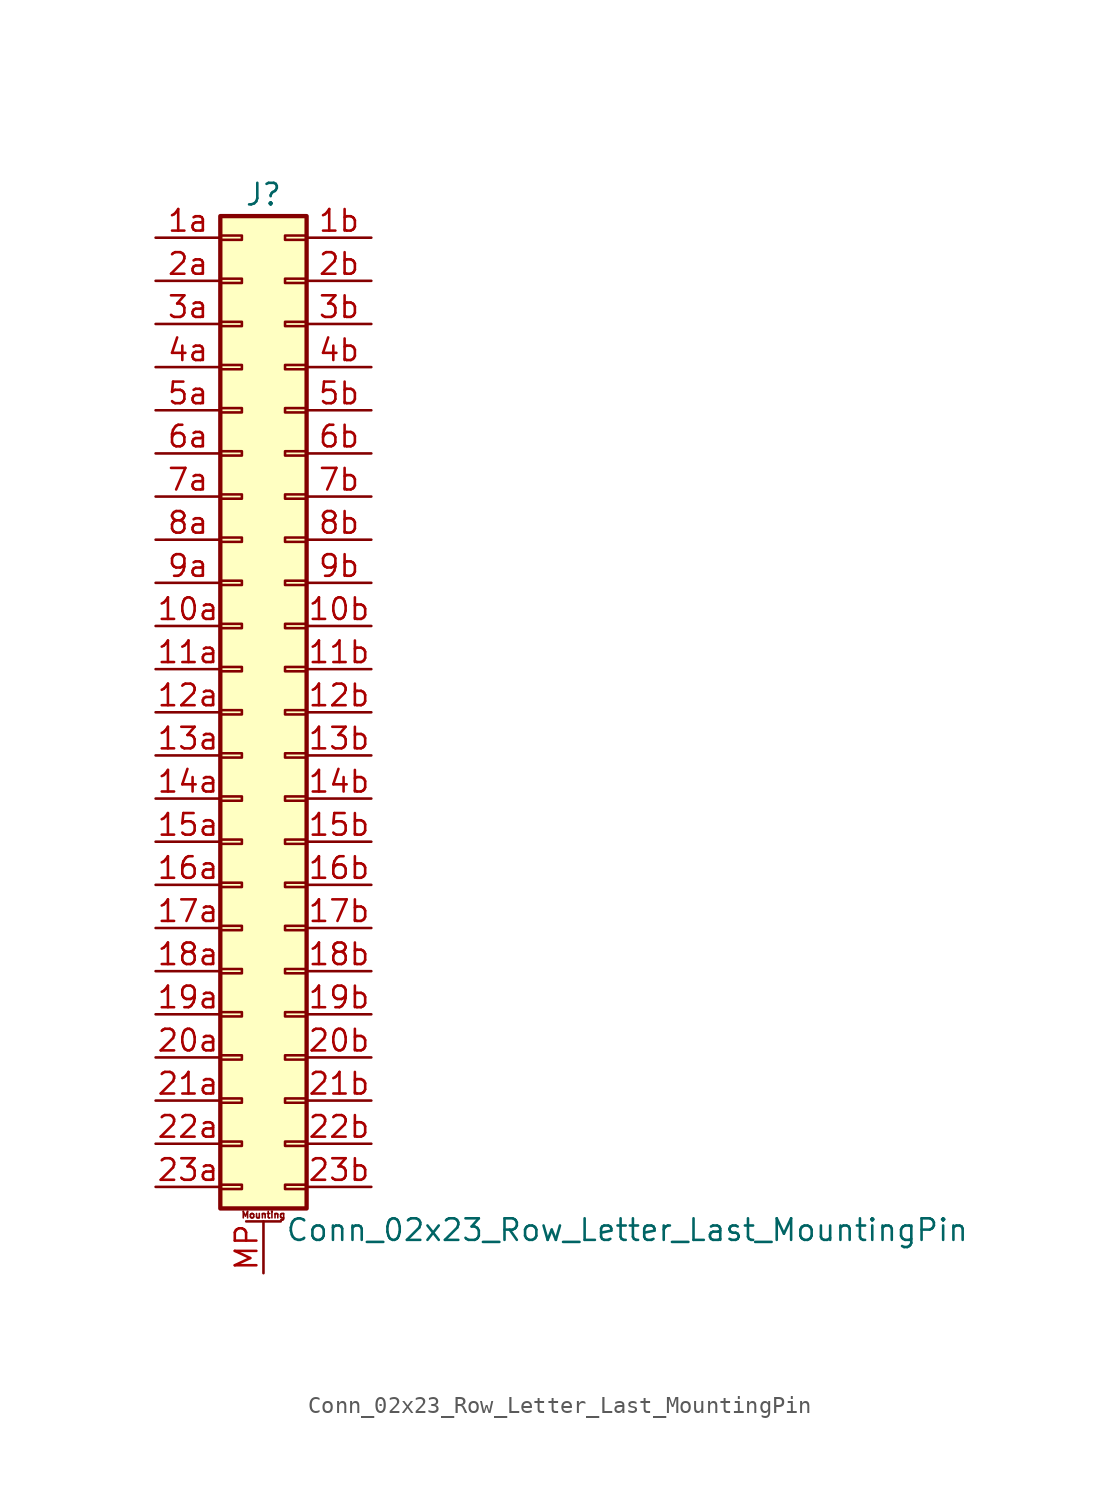
<source format=kicad_sym>
(kicad_symbol_lib
  (version 20201005)
  (generator kicad_symbol_editor)
  (symbol "Conn_02x23_Row_Letter_Last_MountingPin"
    (pin_names
      (offset 1.016) hide)
    (property "Reference" "J"
      (at 1.27 30.48 0)
      (effects (font (size 1.27 1.27))))
    (property "Value" "Conn_02x23_Row_Letter_Last_MountingPin"
      (at 2.54 -30.48 0)
      (effects (font (size 1.27 1.27)) (justify left)))
    (symbol "Conn_02x23_Row_Letter_Last_MountingPin_1_1"
      (text "Mounting" (at 1.27 -29.591 0) (effects (font (size 0.381 0.381))))
      (rectangle (start -1.27 -27.813) (end 0 -28.067) (stroke (width 0.152)) (fill (type none)))
      (rectangle (start -1.27 -25.273) (end 0 -25.527) (stroke (width 0.152)) (fill (type none)))
      (rectangle (start -1.27 -22.733) (end 0 -22.987) (stroke (width 0.152)) (fill (type none)))
      (rectangle (start -1.27 -20.193) (end 0 -20.447) (stroke (width 0.152)) (fill (type none)))
      (rectangle (start -1.27 -17.653) (end 0 -17.907) (stroke (width 0.152)) (fill (type none)))
      (rectangle (start -1.27 -15.113) (end 0 -15.367) (stroke (width 0.152)) (fill (type none)))
      (rectangle (start -1.27 -12.573) (end 0 -12.827) (stroke (width 0.152)) (fill (type none)))
      (rectangle (start -1.27 -10.033) (end 0 -10.287) (stroke (width 0.152)) (fill (type none)))
      (rectangle (start -1.27 -7.493) (end 0 -7.747) (stroke (width 0.152)) (fill (type none)))
      (rectangle (start -1.27 -4.953) (end 0 -5.207) (stroke (width 0.152)) (fill (type none)))
      (rectangle (start -1.27 -2.413) (end 0 -2.667) (stroke (width 0.152)) (fill (type none)))
      (rectangle (start -1.27 0.127) (end 0 -0.127) (stroke (width 0.152)) (fill (type none)))
      (rectangle (start -1.27 2.667) (end 0 2.413) (stroke (width 0.152)) (fill (type none)))
      (rectangle (start -1.27 5.207) (end 0 4.953) (stroke (width 0.152)) (fill (type none)))
      (rectangle (start -1.27 7.747) (end 0 7.493) (stroke (width 0.152)) (fill (type none)))
      (rectangle (start -1.27 10.287) (end 0 10.033) (stroke (width 0.152)) (fill (type none)))
      (rectangle (start -1.27 12.827) (end 0 12.573) (stroke (width 0.152)) (fill (type none)))
      (rectangle (start -1.27 15.367) (end 0 15.113) (stroke (width 0.152)) (fill (type none)))
      (rectangle (start -1.27 17.907) (end 0 17.653) (stroke (width 0.152)) (fill (type none)))
      (rectangle (start -1.27 20.447) (end 0 20.193) (stroke (width 0.152)) (fill (type none)))
      (rectangle (start -1.27 22.987) (end 0 22.733) (stroke (width 0.152)) (fill (type none)))
      (rectangle (start -1.27 25.527) (end 0 25.273) (stroke (width 0.152)) (fill (type none)))
      (rectangle (start -1.27 28.067) (end 0 27.813) (stroke (width 0.152)) (fill (type none)))
      (rectangle (start -1.27 29.21) (end 3.81 -29.21) (stroke (width 0.254)) (fill (type background)))
      (rectangle (start 3.81 -27.813) (end 2.54 -28.067) (stroke (width 0.152)) (fill (type none)))
      (rectangle (start 3.81 -25.273) (end 2.54 -25.527) (stroke (width 0.152)) (fill (type none)))
      (rectangle (start 3.81 -22.733) (end 2.54 -22.987) (stroke (width 0.152)) (fill (type none)))
      (rectangle (start 3.81 -20.193) (end 2.54 -20.447) (stroke (width 0.152)) (fill (type none)))
      (rectangle (start 3.81 -17.653) (end 2.54 -17.907) (stroke (width 0.152)) (fill (type none)))
      (rectangle (start 3.81 -15.113) (end 2.54 -15.367) (stroke (width 0.152)) (fill (type none)))
      (rectangle (start 3.81 -12.573) (end 2.54 -12.827) (stroke (width 0.152)) (fill (type none)))
      (rectangle (start 3.81 -10.033) (end 2.54 -10.287) (stroke (width 0.152)) (fill (type none)))
      (rectangle (start 3.81 -7.493) (end 2.54 -7.747) (stroke (width 0.152)) (fill (type none)))
      (rectangle (start 3.81 -4.953) (end 2.54 -5.207) (stroke (width 0.152)) (fill (type none)))
      (rectangle (start 3.81 -2.413) (end 2.54 -2.667) (stroke (width 0.152)) (fill (type none)))
      (rectangle (start 3.81 0.127) (end 2.54 -0.127) (stroke (width 0.152)) (fill (type none)))
      (rectangle (start 3.81 2.667) (end 2.54 2.413) (stroke (width 0.152)) (fill (type none)))
      (rectangle (start 3.81 5.207) (end 2.54 4.953) (stroke (width 0.152)) (fill (type none)))
      (rectangle (start 3.81 7.747) (end 2.54 7.493) (stroke (width 0.152)) (fill (type none)))
      (rectangle (start 3.81 10.287) (end 2.54 10.033) (stroke (width 0.152)) (fill (type none)))
      (rectangle (start 3.81 12.827) (end 2.54 12.573) (stroke (width 0.152)) (fill (type none)))
      (rectangle (start 3.81 15.367) (end 2.54 15.113) (stroke (width 0.152)) (fill (type none)))
      (rectangle (start 3.81 17.907) (end 2.54 17.653) (stroke (width 0.152)) (fill (type none)))
      (rectangle (start 3.81 20.447) (end 2.54 20.193) (stroke (width 0.152)) (fill (type none)))
      (rectangle (start 3.81 22.987) (end 2.54 22.733) (stroke (width 0.152)) (fill (type none)))
      (rectangle (start 3.81 25.527) (end 2.54 25.273) (stroke (width 0.152)) (fill (type none)))
      (rectangle (start 3.81 28.067) (end 2.54 27.813) (stroke (width 0.152)) (fill (type none)))
      (polyline (pts (xy 0.254 -29.972) (xy 2.286 -29.972)) (stroke (width 0.152)) (fill (type none)))
      (pin passive line (at -5.08 5.08 0) (length 3.81) (name "Pin_10a" (effects (font (size 1.27 1.27)))) (number "10a" (effects (font (size 1.27 1.27)))))
      (pin passive line (at 7.62 5.08 180) (length 3.81) (name "Pin_10b" (effects (font (size 1.27 1.27)))) (number "10b" (effects (font (size 1.27 1.27)))))
      (pin passive line (at -5.08 2.54 0) (length 3.81) (name "Pin_11a" (effects (font (size 1.27 1.27)))) (number "11a" (effects (font (size 1.27 1.27)))))
      (pin passive line (at 7.62 2.54 180) (length 3.81) (name "Pin_11b" (effects (font (size 1.27 1.27)))) (number "11b" (effects (font (size 1.27 1.27)))))
      (pin passive line (at -5.08 0 0) (length 3.81) (name "Pin_12a" (effects (font (size 1.27 1.27)))) (number "12a" (effects (font (size 1.27 1.27)))))
      (pin passive line (at 7.62 0 180) (length 3.81) (name "Pin_12b" (effects (font (size 1.27 1.27)))) (number "12b" (effects (font (size 1.27 1.27)))))
      (pin passive line (at -5.08 -2.54 0) (length 3.81) (name "Pin_13a" (effects (font (size 1.27 1.27)))) (number "13a" (effects (font (size 1.27 1.27)))))
      (pin passive line (at 7.62 -2.54 180) (length 3.81) (name "Pin_13b" (effects (font (size 1.27 1.27)))) (number "13b" (effects (font (size 1.27 1.27)))))
      (pin passive line (at -5.08 -5.08 0) (length 3.81) (name "Pin_14a" (effects (font (size 1.27 1.27)))) (number "14a" (effects (font (size 1.27 1.27)))))
      (pin passive line (at 7.62 -5.08 180) (length 3.81) (name "Pin_14b" (effects (font (size 1.27 1.27)))) (number "14b" (effects (font (size 1.27 1.27)))))
      (pin passive line (at -5.08 -7.62 0) (length 3.81) (name "Pin_15a" (effects (font (size 1.27 1.27)))) (number "15a" (effects (font (size 1.27 1.27)))))
      (pin passive line (at 7.62 -7.62 180) (length 3.81) (name "Pin_15b" (effects (font (size 1.27 1.27)))) (number "15b" (effects (font (size 1.27 1.27)))))
      (pin passive line (at -5.08 -10.16 0) (length 3.81) (name "Pin_16a" (effects (font (size 1.27 1.27)))) (number "16a" (effects (font (size 1.27 1.27)))))
      (pin passive line (at 7.62 -10.16 180) (length 3.81) (name "Pin_16b" (effects (font (size 1.27 1.27)))) (number "16b" (effects (font (size 1.27 1.27)))))
      (pin passive line (at -5.08 -12.7 0) (length 3.81) (name "Pin_17a" (effects (font (size 1.27 1.27)))) (number "17a" (effects (font (size 1.27 1.27)))))
      (pin passive line (at 7.62 -12.7 180) (length 3.81) (name "Pin_17b" (effects (font (size 1.27 1.27)))) (number "17b" (effects (font (size 1.27 1.27)))))
      (pin passive line (at -5.08 -15.24 0) (length 3.81) (name "Pin_18a" (effects (font (size 1.27 1.27)))) (number "18a" (effects (font (size 1.27 1.27)))))
      (pin passive line (at 7.62 -15.24 180) (length 3.81) (name "Pin_18b" (effects (font (size 1.27 1.27)))) (number "18b" (effects (font (size 1.27 1.27)))))
      (pin passive line (at -5.08 -17.78 0) (length 3.81) (name "Pin_19a" (effects (font (size 1.27 1.27)))) (number "19a" (effects (font (size 1.27 1.27)))))
      (pin passive line (at 7.62 -17.78 180) (length 3.81) (name "Pin_19b" (effects (font (size 1.27 1.27)))) (number "19b" (effects (font (size 1.27 1.27)))))
      (pin passive line (at -5.08 27.94 0) (length 3.81) (name "Pin_1a" (effects (font (size 1.27 1.27)))) (number "1a" (effects (font (size 1.27 1.27)))))
      (pin passive line (at 7.62 27.94 180) (length 3.81) (name "Pin_1b" (effects (font (size 1.27 1.27)))) (number "1b" (effects (font (size 1.27 1.27)))))
      (pin passive line (at -5.08 -20.32 0) (length 3.81) (name "Pin_20a" (effects (font (size 1.27 1.27)))) (number "20a" (effects (font (size 1.27 1.27)))))
      (pin passive line (at 7.62 -20.32 180) (length 3.81) (name "Pin_20b" (effects (font (size 1.27 1.27)))) (number "20b" (effects (font (size 1.27 1.27)))))
      (pin passive line (at -5.08 -22.86 0) (length 3.81) (name "Pin_21a" (effects (font (size 1.27 1.27)))) (number "21a" (effects (font (size 1.27 1.27)))))
      (pin passive line (at 7.62 -22.86 180) (length 3.81) (name "Pin_21b" (effects (font (size 1.27 1.27)))) (number "21b" (effects (font (size 1.27 1.27)))))
      (pin passive line (at -5.08 -25.4 0) (length 3.81) (name "Pin_22a" (effects (font (size 1.27 1.27)))) (number "22a" (effects (font (size 1.27 1.27)))))
      (pin passive line (at 7.62 -25.4 180) (length 3.81) (name "Pin_22b" (effects (font (size 1.27 1.27)))) (number "22b" (effects (font (size 1.27 1.27)))))
      (pin passive line (at -5.08 -27.94 0) (length 3.81) (name "Pin_23a" (effects (font (size 1.27 1.27)))) (number "23a" (effects (font (size 1.27 1.27)))))
      (pin passive line (at 7.62 -27.94 180) (length 3.81) (name "Pin_23b" (effects (font (size 1.27 1.27)))) (number "23b" (effects (font (size 1.27 1.27)))))
      (pin passive line (at -5.08 25.4 0) (length 3.81) (name "Pin_2a" (effects (font (size 1.27 1.27)))) (number "2a" (effects (font (size 1.27 1.27)))))
      (pin passive line (at 7.62 25.4 180) (length 3.81) (name "Pin_2b" (effects (font (size 1.27 1.27)))) (number "2b" (effects (font (size 1.27 1.27)))))
      (pin passive line (at -5.08 22.86 0) (length 3.81) (name "Pin_3a" (effects (font (size 1.27 1.27)))) (number "3a" (effects (font (size 1.27 1.27)))))
      (pin passive line (at 7.62 22.86 180) (length 3.81) (name "Pin_3b" (effects (font (size 1.27 1.27)))) (number "3b" (effects (font (size 1.27 1.27)))))
      (pin passive line (at -5.08 20.32 0) (length 3.81) (name "Pin_4a" (effects (font (size 1.27 1.27)))) (number "4a" (effects (font (size 1.27 1.27)))))
      (pin passive line (at 7.62 20.32 180) (length 3.81) (name "Pin_4b" (effects (font (size 1.27 1.27)))) (number "4b" (effects (font (size 1.27 1.27)))))
      (pin passive line (at -5.08 17.78 0) (length 3.81) (name "Pin_5a" (effects (font (size 1.27 1.27)))) (number "5a" (effects (font (size 1.27 1.27)))))
      (pin passive line (at 7.62 17.78 180) (length 3.81) (name "Pin_5b" (effects (font (size 1.27 1.27)))) (number "5b" (effects (font (size 1.27 1.27)))))
      (pin passive line (at -5.08 15.24 0) (length 3.81) (name "Pin_6a" (effects (font (size 1.27 1.27)))) (number "6a" (effects (font (size 1.27 1.27)))))
      (pin passive line (at 7.62 15.24 180) (length 3.81) (name "Pin_6b" (effects (font (size 1.27 1.27)))) (number "6b" (effects (font (size 1.27 1.27)))))
      (pin passive line (at -5.08 12.7 0) (length 3.81) (name "Pin_7a" (effects (font (size 1.27 1.27)))) (number "7a" (effects (font (size 1.27 1.27)))))
      (pin passive line (at 7.62 12.7 180) (length 3.81) (name "Pin_7b" (effects (font (size 1.27 1.27)))) (number "7b" (effects (font (size 1.27 1.27)))))
      (pin passive line (at -5.08 10.16 0) (length 3.81) (name "Pin_8a" (effects (font (size 1.27 1.27)))) (number "8a" (effects (font (size 1.27 1.27)))))
      (pin passive line (at 7.62 10.16 180) (length 3.81) (name "Pin_8b" (effects (font (size 1.27 1.27)))) (number "8b" (effects (font (size 1.27 1.27)))))
      (pin passive line (at -5.08 7.62 0) (length 3.81) (name "Pin_9a" (effects (font (size 1.27 1.27)))) (number "9a" (effects (font (size 1.27 1.27)))))
      (pin passive line (at 7.62 7.62 180) (length 3.81) (name "Pin_9b" (effects (font (size 1.27 1.27)))) (number "9b" (effects (font (size 1.27 1.27)))))
      (pin passive line (at 1.27 -33.02 90) (length 3.048) (name "MountPin" (effects (font (size 1.27 1.27)))) (number "MP" (effects (font (size 1.27 1.27))))))))
</source>
